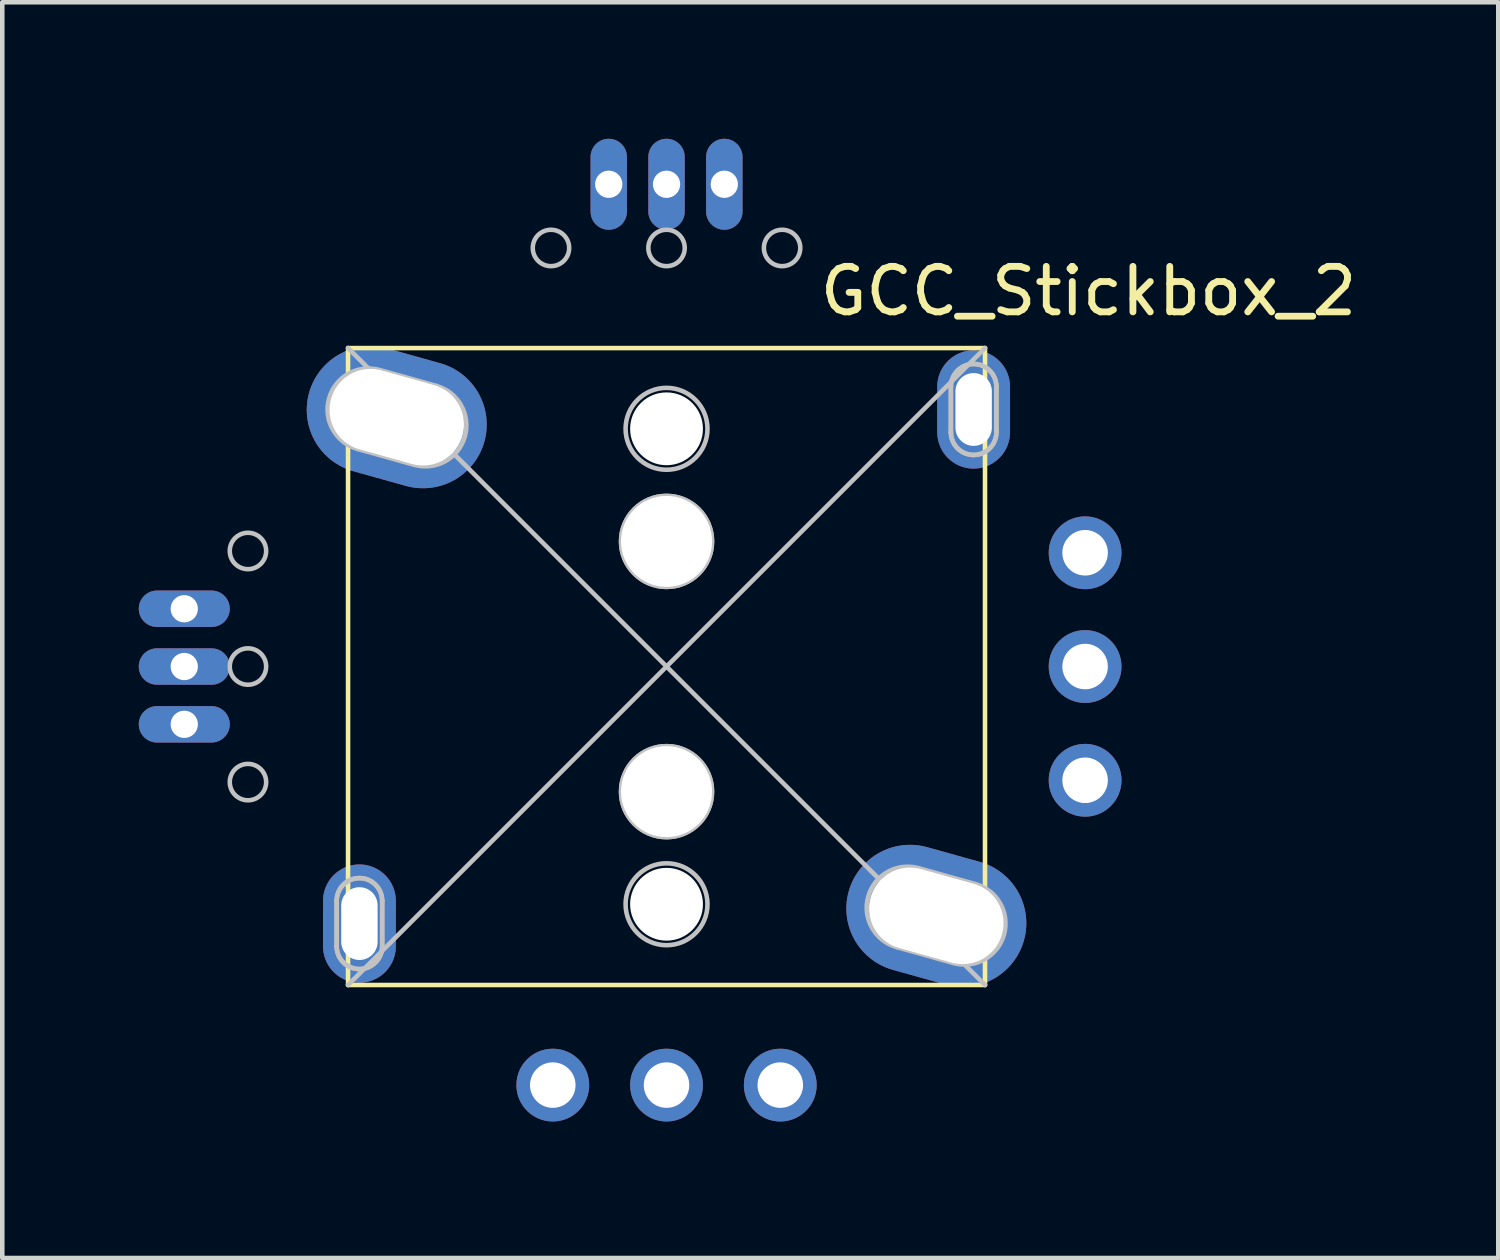
<source format=kicad_pcb>
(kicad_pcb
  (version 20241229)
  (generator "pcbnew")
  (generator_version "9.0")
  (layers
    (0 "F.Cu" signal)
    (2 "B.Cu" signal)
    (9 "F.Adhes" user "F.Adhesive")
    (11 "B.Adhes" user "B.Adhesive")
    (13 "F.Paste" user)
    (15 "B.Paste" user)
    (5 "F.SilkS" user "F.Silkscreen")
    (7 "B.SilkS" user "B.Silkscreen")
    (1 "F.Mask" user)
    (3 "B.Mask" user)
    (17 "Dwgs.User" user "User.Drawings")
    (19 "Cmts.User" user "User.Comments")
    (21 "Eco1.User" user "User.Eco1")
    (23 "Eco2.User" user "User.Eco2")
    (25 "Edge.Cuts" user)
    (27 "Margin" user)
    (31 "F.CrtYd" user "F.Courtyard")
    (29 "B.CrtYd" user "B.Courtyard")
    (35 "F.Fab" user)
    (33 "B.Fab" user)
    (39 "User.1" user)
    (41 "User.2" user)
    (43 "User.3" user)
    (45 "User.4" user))
  (footprint "GCC_Stickbox_2"
    (layer "F.Cu")
    (at 11.6 11.6)
    (property "Reference" "GCC_Stickbox_2" (at 9.275 -8.25 0) (layer "F.SilkS") (effects (font (size 1 1) (thickness 0.15))))
    (attr through_hole)
    (fp_line (start -7 -7) (end -7 7) (stroke (width 0.1) (type solid)) (layer "F.SilkS"))
    (fp_line (start -7 -7) (end 7 -7) (stroke (width 0.1) (type solid)) (layer "F.SilkS"))
    (fp_line (start -7 7) (end 7 7) (stroke (width 0.1) (type solid)) (layer "F.SilkS"))
    (fp_line (start 7 -7) (end 7 7) (stroke (width 0.1) (type solid)) (layer "F.SilkS"))
    (fp_line (start -7.25 5.15) (end -7.25 6.15) (stroke (width 0.1) (type solid)) (layer "Dwgs.User"))
    (fp_line (start -7.25 5.15) (end -7.25 6.15) (stroke (width 0.1) (type solid)) (layer "Dwgs.User"))
    (fp_line (start -7 -7) (end 7 7) (stroke (width 0.1) (type solid)) (layer "Dwgs.User"))
    (fp_line (start -6.793 -4.783) (end -5.543 -4.433) (stroke (width 0.1) (type solid)) (layer "Dwgs.User"))
    (fp_line (start -6.25 5.15) (end -6.25 6.15) (stroke (width 0.1) (type solid)) (layer "Dwgs.User"))
    (fp_line (start -6.25 6.15) (end -6.25 5.15) (stroke (width 0.1) (type solid)) (layer "Dwgs.User"))
    (fp_line (start -5.057 -6.167) (end -6.307 -6.517) (stroke (width 0.1) (type solid)) (layer "Dwgs.User"))
    (fp_line (start 5.057 6.167) (end 6.307 6.517) (stroke (width 0.1) (type solid)) (layer "Dwgs.User"))
    (fp_line (start 6.25 -6.15) (end 6.25 -5.15) (stroke (width 0.1) (type solid)) (layer "Dwgs.User"))
    (fp_line (start 6.25 -6.15) (end 6.25 -5.15) (stroke (width 0.1) (type solid)) (layer "Dwgs.User"))
    (fp_line (start 6.793 4.783) (end 5.543 4.433) (stroke (width 0.1) (type solid)) (layer "Dwgs.User"))
    (fp_line (start 7 -7) (end -7 7) (stroke (width 0.1) (type solid)) (layer "Dwgs.User"))
    (fp_line (start 7.25 -6.15) (end 7.25 -5.15) (stroke (width 0.1) (type solid)) (layer "Dwgs.User"))
    (fp_line (start 7.25 -5.15) (end 7.25 -6.15) (stroke (width 0.1) (type solid)) (layer "Dwgs.User"))
    (fp_arc (start -7.25 5.15) (mid -6.75 4.65) (end -6.25 5.15) (stroke (width 0.1) (type solid)) (layer "Dwgs.User"))
    (fp_arc (start -7.25 5.15) (mid -6.75 4.65) (end -6.25 5.15) (stroke (width 0.1) (type solid)) (layer "Dwgs.User"))
    (fp_arc (start -6.792666 -4.783332) (mid -7.416668 -5.892666) (end -6.307334 -6.516668) (stroke (width 0.1) (type solid)) (layer "Dwgs.User"))
    (fp_arc (start -6.25 6.15) (mid -6.75 6.65) (end -7.25 6.15) (stroke (width 0.1) (type solid)) (layer "Dwgs.User"))
    (fp_arc (start -6.25 6.15) (mid -6.75 6.65) (end -7.25 6.15) (stroke (width 0.1) (type solid)) (layer "Dwgs.User"))
    (fp_arc (start -5.057333 -6.166667) (mid -4.433333 -5.057333) (end -5.542667 -4.433333) (stroke (width 0.1) (type solid)) (layer "Dwgs.User"))
    (fp_arc (start 5.057334 6.166668) (mid 4.433332 5.057334) (end 5.542666 4.433332) (stroke (width 0.1) (type solid)) (layer "Dwgs.User"))
    (fp_arc (start 6.25 -6.15) (mid 6.75 -6.65) (end 7.25 -6.15) (stroke (width 0.1) (type solid)) (layer "Dwgs.User"))
    (fp_arc (start 6.25 -6.15) (mid 6.75 -6.65) (end 7.25 -6.15) (stroke (width 0.1) (type solid)) (layer "Dwgs.User"))
    (fp_arc (start 6.792667 4.783333) (mid 7.416667 5.892667) (end 6.307333 6.516667) (stroke (width 0.1) (type solid)) (layer "Dwgs.User"))
    (fp_arc (start 7.25 -5.15) (mid 6.75 -4.65) (end 6.25 -5.15) (stroke (width 0.1) (type solid)) (layer "Dwgs.User"))
    (fp_arc (start 7.25 -5.15) (mid 6.75 -4.65) (end 6.25 -5.15) (stroke (width 0.1) (type solid)) (layer "Dwgs.User"))
    (fp_circle (center -9.2 -2.54) (end -8.8 -2.54) (stroke (width 0.1) (type solid)) (fill no) (layer "Dwgs.User"))
    (fp_circle (center -9.2 0) (end -8.8 0) (stroke (width 0.1) (type solid)) (fill no) (layer "Dwgs.User"))
    (fp_circle (center -9.2 2.54) (end -8.8 2.54) (stroke (width 0.1) (type solid)) (fill no) (layer "Dwgs.User"))
    (fp_circle (center -2.54 -9.2) (end -2.14 -9.2) (stroke (width 0.1) (type solid)) (fill no) (layer "Dwgs.User"))
    (fp_circle (center -2.54 9.2) (end -2.14 9.2) (stroke (width 0.1) (type solid)) (fill no) (layer "Dwgs.User"))
    (fp_circle (center -2.54 9.2) (end -2.14 9.2) (stroke (width 0.1) (type solid)) (fill no) (layer "Dwgs.User"))
    (fp_circle (center 0 -9.2) (end 0.4 -9.2) (stroke (width 0.1) (type solid)) (fill no) (layer "Dwgs.User"))
    (fp_circle (center 0 -5.225) (end 0.9 -5.225) (stroke (width 0.1) (type solid)) (fill no) (layer "Dwgs.User"))
    (fp_circle (center 0 -2.75) (end 1 -2.75) (stroke (width 0.1) (type solid)) (fill no) (layer "Dwgs.User"))
    (fp_circle (center 0 -2.75) (end 1 -2.75) (stroke (width 0.1) (type solid)) (fill no) (layer "Dwgs.User"))
    (fp_circle (center 0 2.75) (end 1 2.75) (stroke (width 0.1) (type solid)) (fill no) (layer "Dwgs.User"))
    (fp_circle (center 0 2.75) (end 1 2.75) (stroke (width 0.1) (type solid)) (fill no) (layer "Dwgs.User"))
    (fp_circle (center 0 5.225) (end 0.9 5.225) (stroke (width 0.1) (type solid)) (fill no) (layer "Dwgs.User"))
    (fp_circle (center 0 9.2) (end 0.4 9.2) (stroke (width 0.1) (type solid)) (fill no) (layer "Dwgs.User"))
    (fp_circle (center 0 9.2) (end 0.4 9.2) (stroke (width 0.1) (type solid)) (fill no) (layer "Dwgs.User"))
    (fp_circle (center 2.54 -9.2) (end 2.94 -9.2) (stroke (width 0.1) (type solid)) (fill no) (layer "Dwgs.User"))
    (fp_circle (center 2.54 9.2) (end 2.94 9.2) (stroke (width 0.1) (type solid)) (fill no) (layer "Dwgs.User"))
    (fp_circle (center 2.54 9.2) (end 2.94 9.2) (stroke (width 0.1) (type solid)) (fill no) (layer "Dwgs.User"))
    (fp_circle (center 9.2 -2.54) (end 9.6 -2.54) (stroke (width 0.1) (type solid)) (fill no) (layer "Dwgs.User"))
    (fp_circle (center 9.2 -2.54) (end 9.6 -2.54) (stroke (width 0.1) (type solid)) (fill no) (layer "Dwgs.User"))
    (fp_circle (center 9.2 0) (end 9.6 0) (stroke (width 0.1) (type solid)) (fill no) (layer "Dwgs.User"))
    (fp_circle (center 9.2 0) (end 9.6 0) (stroke (width 0.1) (type solid)) (fill no) (layer "Dwgs.User"))
    (fp_circle (center 9.2 2.54) (end 9.6 2.54) (stroke (width 0.1) (type solid)) (fill no) (layer "Dwgs.User"))
    (fp_circle (center 9.2 2.54) (end 9.6 2.54) (stroke (width 0.1) (type solid)) (fill no) (layer "Dwgs.User"))
    (pad "" thru_hole oval (at -6.75 5.65) (size 1.6 2.6) (drill oval 0.8 1.6) (layers "*.Cu" "*.Mask"))
    (pad "" thru_hole oval (at -5.93 -5.48 74.4) (size 2.8 4) (drill oval 1.8 3) (layers "*.Cu" "*.Mask"))
    (pad "" np_thru_hole circle (at 0 -5.225) (size 1.6 1.6) (drill 1.6) (layers "*.Cu" "*.Mask"))
    (pad "" np_thru_hole circle (at 0 -2.75) (size 2 2) (drill 2) (layers "*.Cu" "*.Mask"))
    (pad "" np_thru_hole circle (at 0 2.75) (size 2 2) (drill 2) (layers "*.Cu" "*.Mask"))
    (pad "" np_thru_hole circle (at 0 5.225) (size 1.6 1.6) (drill 1.6) (layers "*.Cu" "*.Mask"))
    (pad "" thru_hole oval (at 5.93 5.48 74.4) (size 2.8 4) (drill oval 1.8 3) (layers "*.Cu" "*.Mask"))
    (pad "" thru_hole oval (at 6.75 -5.65) (size 1.6 2.6) (drill oval 0.8 1.6) (layers "*.Cu" "*.Mask"))
    (pad "1" thru_hole oval (at 1.27 -10.6) (size 0.8 2) (drill 0.6) (layers "*.Cu" "*.Mask"))
    (pad "2" thru_hole oval (at 0 -10.6) (size 0.8 2) (drill 0.6) (layers "*.Cu" "*.Mask"))
    (pad "3" thru_hole oval (at -1.27 -10.6) (size 0.8 2) (drill 0.6) (layers "*.Cu" "*.Mask"))
    (pad "4" thru_hole oval (at -10.6 -1.27 90) (size 0.8 2) (drill 0.6) (layers "*.Cu" "*.Mask"))
    (pad "5" thru_hole oval (at -10.6 0 90) (size 0.8 2) (drill 0.6) (layers "*.Cu" "*.Mask"))
    (pad "6" thru_hole oval (at -10.6 1.27 90) (size 0.8 2) (drill 0.6) (layers "*.Cu" "*.Mask"))
    (pad "13" thru_hole circle (at -2.5 9.2) (size 1.6 1.6) (drill 1) (layers "*.Cu" "*.Mask"))
    (pad "14" thru_hole circle (at 0 9.2) (size 1.6 1.6) (drill 1) (layers "*.Cu" "*.Mask"))
    (pad "15" thru_hole circle (at 2.5 9.2) (size 1.6 1.6) (drill 1) (layers "*.Cu" "*.Mask"))
    (pad "16" thru_hole circle (at 9.2 2.5 270) (size 1.6 1.6) (drill 1) (layers "*.Cu" "*.Mask"))
    (pad "17" thru_hole circle (at 9.2 0 270) (size 1.6 1.6) (drill 1) (layers "*.Cu" "*.Mask"))
    (pad "18" thru_hole circle (at 9.2 -2.5 270) (size 1.6 1.6) (drill 1) (layers "*.Cu" "*.Mask")))
  (gr_rect
    (start -3 -3)
    (end 29.881 24.6)
    (stroke (width 0.1) (type default))
    (fill no)
    (layer "Edge.Cuts")))
</source>
